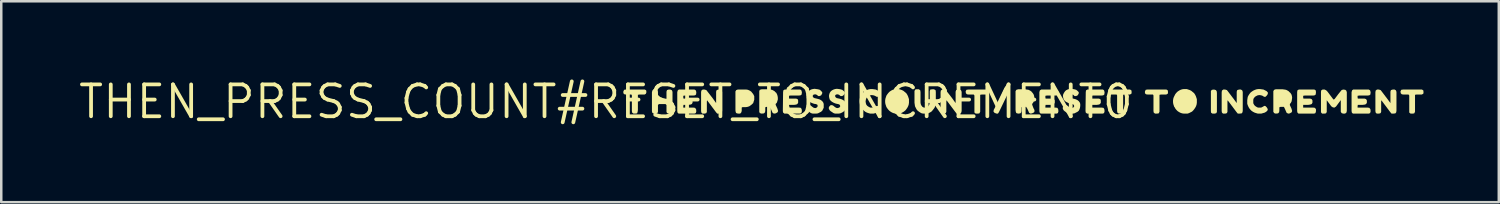
<source format=kicad_pcb>
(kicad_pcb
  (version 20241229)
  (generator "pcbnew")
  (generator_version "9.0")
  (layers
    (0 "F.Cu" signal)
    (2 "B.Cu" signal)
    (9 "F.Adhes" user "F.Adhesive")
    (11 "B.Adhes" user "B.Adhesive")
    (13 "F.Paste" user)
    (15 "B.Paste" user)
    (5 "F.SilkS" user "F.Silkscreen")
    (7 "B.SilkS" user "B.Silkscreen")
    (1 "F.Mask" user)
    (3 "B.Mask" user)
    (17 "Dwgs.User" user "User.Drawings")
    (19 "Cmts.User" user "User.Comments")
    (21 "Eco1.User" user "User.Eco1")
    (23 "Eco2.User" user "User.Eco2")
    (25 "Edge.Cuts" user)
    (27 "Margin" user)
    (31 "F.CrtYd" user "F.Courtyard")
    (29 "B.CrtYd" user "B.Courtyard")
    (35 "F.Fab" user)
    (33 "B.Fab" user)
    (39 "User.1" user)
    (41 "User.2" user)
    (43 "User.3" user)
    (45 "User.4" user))
  (footprint "THEN_PRESS_COUNT#RESET_TO_INCREMENT0"
    (layer "F.Cu")
    (at 21.113 1.006)
    (property "Reference" "THEN_PRESS_COUNT#RESET_TO_INCREMENT0" (at 0 0 0) (layer "F.SilkS") (effects (font (size 1.27 1.27) (thickness 0.15))))
    (fp_poly (pts (xy 24.323 -0.464) (xy 24.355 -0.422) (xy 24.365 -0.35) (xy 24.365 0.401) (xy 24.344 0.454) (xy 24.281 0.475) (xy 24.189 0.475) (xy 24.135 0.443) (xy 24.125 0.38) (xy 24.125 -0.432) (xy 24.168 -0.475) (xy 24.25 -0.485)) (stroke (width 0) (type solid)) (fill yes) (layer "F.SilkS"))
    (fp_poly (pts (xy 16.032 -0.605) (xy 16.094 -0.563) (xy 16.105 -0.51) (xy 16.085 -0.438) (xy 15.674 0.412) (xy 15.633 0.475) (xy 15.579 0.475) (xy 15.497 0.444) (xy 15.455 0.391) (xy 15.465 0.328) (xy 15.496 0.268) (xy 15.876 -0.522) (xy 15.916 -0.594) (xy 15.969 -0.625)) (stroke (width 0) (type solid)) (fill yes) (layer "F.SilkS"))
    (fp_poly (pts (xy 15.255 -0.453) (xy 15.265 -0.38) (xy 15.255 -0.317) (xy 15.191 -0.285) (xy 14.98 -0.285) (xy 14.925 -0.276) (xy 14.925 0.401) (xy 14.893 0.465) (xy 14.83 0.475) (xy 14.748 0.475) (xy 14.695 0.432) (xy 14.695 -0.248) (xy 14.668 -0.285) (xy 14.47 -0.285) (xy 14.398 -0.295) (xy 14.355 -0.338) (xy 14.345 -0.411) (xy 14.377 -0.475) (xy 14.45 -0.485) (xy 15.201 -0.485)) (stroke (width 0) (type solid)) (fill yes) (layer "F.SilkS"))
    (fp_poly (pts (xy 32.595 -0.453) (xy 32.605 -0.38) (xy 32.595 -0.317) (xy 32.531 -0.285) (xy 32.32 -0.285) (xy 32.265 -0.276) (xy 32.265 0.401) (xy 32.233 0.465) (xy 32.17 0.475) (xy 32.088 0.475) (xy 32.035 0.432) (xy 32.035 -0.248) (xy 32.008 -0.285) (xy 31.81 -0.285) (xy 31.738 -0.295) (xy 31.695 -0.338) (xy 31.685 -0.411) (xy 31.717 -0.475) (xy 31.79 -0.485) (xy 32.541 -0.485)) (stroke (width 0) (type solid)) (fill yes) (layer "F.SilkS"))
    (fp_poly (pts (xy 20.955 -0.453) (xy 20.965 -0.38) (xy 20.955 -0.317) (xy 20.891 -0.285) (xy 20.68 -0.285) (xy 20.625 -0.276) (xy 20.625 0.401) (xy 20.593 0.465) (xy 20.53 0.475) (xy 20.448 0.475) (xy 20.395 0.433) (xy 20.385 0.37) (xy 20.385 -0.249) (xy 20.367 -0.285) (xy 20.17 -0.285) (xy 20.098 -0.295) (xy 20.045 -0.338) (xy 20.045 -0.411) (xy 20.077 -0.475) (xy 20.14 -0.485) (xy 20.901 -0.485)) (stroke (width 0) (type solid)) (fill yes) (layer "F.SilkS"))
    (fp_poly (pts (xy 22.405 -0.453) (xy 22.415 -0.38) (xy 22.405 -0.317) (xy 22.341 -0.285) (xy 22.13 -0.285) (xy 22.075 -0.276) (xy 22.075 0.401) (xy 22.043 0.465) (xy 21.97 0.475) (xy 21.898 0.475) (xy 21.845 0.433) (xy 21.835 0.37) (xy 21.835 -0.249) (xy 21.817 -0.285) (xy 21.62 -0.285) (xy 21.538 -0.295) (xy 21.495 -0.338) (xy 21.495 -0.411) (xy 21.527 -0.475) (xy 21.59 -0.485) (xy 22.351 -0.485)) (stroke (width 0) (type solid)) (fill yes) (layer "F.SilkS"))
    (fp_poly (pts (xy 1.605 -0.453) (xy 1.615 -0.38) (xy 1.594 -0.317) (xy 1.541 -0.285) (xy 1.33 -0.285) (xy 1.275 -0.276) (xy 1.275 0.33) (xy 1.265 0.401) (xy 1.244 0.465) (xy 1.17 0.475) (xy 1.098 0.475) (xy 1.045 0.433) (xy 1.035 0.37) (xy 1.035 -0.249) (xy 1.017 -0.285) (xy 0.81 -0.285) (xy 0.738 -0.295) (xy 0.695 -0.338) (xy 0.695 -0.411) (xy 0.727 -0.475) (xy 0.79 -0.485) (xy 1.551 -0.485)) (stroke (width 0) (type solid)) (fill yes) (layer "F.SilkS"))
    (fp_poly (pts (xy 4.003 -0.464) (xy 4.044 -0.413) (xy 4.254 -0.143) (xy 4.395 0.054) (xy 4.395 -0.401) (xy 4.416 -0.464) (xy 4.489 -0.485) (xy 4.561 -0.485) (xy 4.614 -0.453) (xy 4.635 -0.391) (xy 4.635 0.36) (xy 4.625 0.422) (xy 4.593 0.465) (xy 4.51 0.475) (xy 4.438 0.475) (xy 4.386 0.413) (xy 4.033 -0.058) (xy 4.025 -0.01) (xy 4.025 0.401) (xy 4.004 0.454) (xy 3.941 0.475) (xy 3.848 0.475) (xy 3.805 0.432) (xy 3.795 0.37) (xy 3.795 -0.37) (xy 3.805 -0.443) (xy 3.858 -0.485) (xy 3.931 -0.485)) (stroke (width 0) (type solid)) (fill yes) (layer "F.SilkS"))
    (fp_poly (pts (xy 13.553 -0.464) (xy 13.594 -0.413) (xy 13.804 -0.143) (xy 13.945 0.054) (xy 13.945 -0.401) (xy 13.966 -0.464) (xy 14.039 -0.485) (xy 14.111 -0.485) (xy 14.164 -0.453) (xy 14.185 -0.391) (xy 14.185 0.36) (xy 14.175 0.422) (xy 14.143 0.465) (xy 14.06 0.475) (xy 13.988 0.475) (xy 13.936 0.413) (xy 13.583 -0.058) (xy 13.575 -0.01) (xy 13.575 0.401) (xy 13.554 0.454) (xy 13.491 0.475) (xy 13.398 0.475) (xy 13.355 0.432) (xy 13.345 0.37) (xy 13.345 -0.37) (xy 13.355 -0.443) (xy 13.408 -0.485) (xy 13.481 -0.485)) (stroke (width 0) (type solid)) (fill yes) (layer "F.SilkS"))
    (fp_poly (pts (xy 24.763 -0.464) (xy 24.804 -0.413) (xy 25.054 -0.083) (xy 25.155 0.055) (xy 25.155 -0.401) (xy 25.176 -0.464) (xy 25.249 -0.485) (xy 25.321 -0.485) (xy 25.374 -0.453) (xy 25.395 -0.391) (xy 25.395 0.36) (xy 25.385 0.422) (xy 25.353 0.465) (xy 25.27 0.475) (xy 25.198 0.475) (xy 25.146 0.413) (xy 24.793 -0.058) (xy 24.785 -0.01) (xy 24.785 0.401) (xy 24.764 0.454) (xy 24.701 0.475) (xy 24.608 0.475) (xy 24.565 0.432) (xy 24.555 0.37) (xy 24.555 -0.37) (xy 24.565 -0.443) (xy 24.618 -0.485) (xy 24.691 -0.485)) (stroke (width 0) (type solid)) (fill yes) (layer "F.SilkS"))
    (fp_poly (pts (xy 30.893 -0.464) (xy 30.934 -0.413) (xy 31.184 -0.083) (xy 31.285 0.055) (xy 31.285 -0.401) (xy 31.306 -0.464) (xy 31.379 -0.485) (xy 31.451 -0.485) (xy 31.504 -0.453) (xy 31.525 -0.391) (xy 31.525 0.36) (xy 31.515 0.422) (xy 31.483 0.465) (xy 31.4 0.475) (xy 31.328 0.475) (xy 31.276 0.413) (xy 30.923 -0.058) (xy 30.915 -0.01) (xy 30.915 0.401) (xy 30.894 0.454) (xy 30.831 0.475) (xy 30.738 0.475) (xy 30.695 0.432) (xy 30.685 0.37) (xy 30.685 -0.37) (xy 30.695 -0.443) (xy 30.748 -0.485) (xy 30.821 -0.485)) (stroke (width 0) (type solid)) (fill yes) (layer "F.SilkS"))
    (fp_poly (pts (xy 5.661 -0.475) (xy 5.732 -0.444) (xy 5.793 -0.404) (xy 5.834 -0.353) (xy 5.874 -0.303) (xy 5.915 -0.221) (xy 5.915 -0.079) (xy 5.895 -0.019) (xy 5.874 0.053) (xy 5.823 0.104) (xy 5.773 0.144) (xy 5.716 0.182) (xy 5.717 0.183) (xy 5.712 0.185) (xy 5.708 0.187) (xy 5.707 0.186) (xy 5.651 0.205) (xy 5.59 0.215) (xy 5.451 0.215) (xy 5.415 0.233) (xy 5.415 0.371) (xy 5.394 0.433) (xy 5.352 0.475) (xy 5.269 0.475) (xy 5.197 0.454) (xy 5.175 0.412) (xy 5.165 0.34) (xy 5.165 -0.411) (xy 5.197 -0.464) (xy 5.259 -0.485) (xy 5.6 -0.485)) (stroke (width 0) (type solid)) (fill yes) (layer "F.SilkS"))
    (fp_poly (pts (xy 28.305 -0.453) (xy 28.315 -0.38) (xy 28.305 -0.287) (xy 28.262 -0.255) (xy 28.2 -0.245) (xy 27.86 -0.245) (xy 27.805 -0.236) (xy 27.805 -0.17) (xy 27.814 -0.125) (xy 28.081 -0.125) (xy 28.143 -0.104) (xy 28.175 -0.051) (xy 28.175 0.041) (xy 28.143 0.094) (xy 28.081 0.115) (xy 28.01 0.125) (xy 27.805 0.125) (xy 27.805 0.235) (xy 28.21 0.235) (xy 28.273 0.245) (xy 28.315 0.298) (xy 28.315 0.381) (xy 28.294 0.454) (xy 28.241 0.475) (xy 27.618 0.475) (xy 27.575 0.432) (xy 27.565 0.37) (xy 27.565 -0.38) (xy 27.575 -0.453) (xy 27.629 -0.485) (xy 28.251 -0.485)) (stroke (width 0) (type solid)) (fill yes) (layer "F.SilkS"))
    (fp_poly (pts (xy 2.054 -0.464) (xy 2.075 -0.401) (xy 2.075 -0.132) (xy 2.112 -0.095) (xy 2.378 -0.095) (xy 2.415 -0.122) (xy 2.415 -0.401) (xy 2.436 -0.464) (xy 2.499 -0.485) (xy 2.571 -0.485) (xy 2.634 -0.454) (xy 2.655 -0.391) (xy 2.655 0.371) (xy 2.634 0.432) (xy 2.603 0.475) (xy 2.509 0.475) (xy 2.436 0.454) (xy 2.415 0.401) (xy 2.415 0.132) (xy 2.378 0.095) (xy 2.112 0.095) (xy 2.075 0.132) (xy 2.075 0.401) (xy 2.054 0.454) (xy 1.981 0.475) (xy 1.898 0.475) (xy 1.845 0.433) (xy 1.835 0.37) (xy 1.835 -0.381) (xy 1.856 -0.453) (xy 1.898 -0.485) (xy 1.991 -0.485)) (stroke (width 0) (type solid)) (fill yes) (layer "F.SilkS"))
    (fp_poly (pts (xy 3.584 -0.453) (xy 3.605 -0.38) (xy 3.595 -0.287) (xy 3.552 -0.255) (xy 3.48 -0.245) (xy 3.14 -0.245) (xy 3.085 -0.236) (xy 3.085 -0.17) (xy 3.094 -0.125) (xy 3.361 -0.125) (xy 3.423 -0.104) (xy 3.455 -0.051) (xy 3.455 0.041) (xy 3.423 0.094) (xy 3.371 0.115) (xy 3.29 0.125) (xy 3.094 0.125) (xy 3.085 0.18) (xy 3.085 0.235) (xy 3.49 0.235) (xy 3.553 0.245) (xy 3.595 0.298) (xy 3.605 0.38) (xy 3.584 0.454) (xy 3.531 0.475) (xy 2.898 0.475) (xy 2.855 0.432) (xy 2.845 0.37) (xy 2.845 -0.381) (xy 2.866 -0.453) (xy 2.908 -0.485) (xy 3.531 -0.485)) (stroke (width 0) (type solid)) (fill yes) (layer "F.SilkS"))
    (fp_poly (pts (xy 7.794 -0.453) (xy 7.815 -0.38) (xy 7.805 -0.287) (xy 7.762 -0.255) (xy 7.69 -0.245) (xy 7.35 -0.245) (xy 7.295 -0.236) (xy 7.295 -0.17) (xy 7.304 -0.125) (xy 7.581 -0.125) (xy 7.644 -0.104) (xy 7.665 -0.051) (xy 7.665 0.041) (xy 7.633 0.094) (xy 7.581 0.115) (xy 7.51 0.125) (xy 7.304 0.125) (xy 7.295 0.18) (xy 7.295 0.235) (xy 7.7 0.235) (xy 7.773 0.245) (xy 7.805 0.298) (xy 7.815 0.38) (xy 7.794 0.454) (xy 7.741 0.475) (xy 7.118 0.475) (xy 7.065 0.433) (xy 7.055 0.37) (xy 7.065 -0.38) (xy 7.075 -0.453) (xy 7.129 -0.485) (xy 7.752 -0.485)) (stroke (width 0) (type solid)) (fill yes) (layer "F.SilkS"))
    (fp_poly (pts (xy 18.024 -0.453) (xy 18.045 -0.38) (xy 18.035 -0.287) (xy 17.992 -0.255) (xy 17.92 -0.245) (xy 17.58 -0.245) (xy 17.525 -0.236) (xy 17.525 -0.17) (xy 17.534 -0.125) (xy 17.811 -0.125) (xy 17.863 -0.104) (xy 17.895 -0.051) (xy 17.895 0.041) (xy 17.863 0.094) (xy 17.811 0.115) (xy 17.73 0.125) (xy 17.534 0.125) (xy 17.525 0.18) (xy 17.525 0.235) (xy 17.93 0.235) (xy 18.003 0.245) (xy 18.035 0.298) (xy 18.045 0.38) (xy 18.024 0.454) (xy 17.971 0.475) (xy 17.338 0.475) (xy 17.295 0.432) (xy 17.285 0.37) (xy 17.285 -0.381) (xy 17.306 -0.453) (xy 17.359 -0.485) (xy 17.971 -0.485)) (stroke (width 0) (type solid)) (fill yes) (layer "F.SilkS"))
    (fp_poly (pts (xy 19.864 -0.453) (xy 19.885 -0.38) (xy 19.875 -0.287) (xy 19.832 -0.255) (xy 19.76 -0.245) (xy 19.42 -0.245) (xy 19.365 -0.236) (xy 19.365 -0.17) (xy 19.374 -0.125) (xy 19.651 -0.125) (xy 19.714 -0.104) (xy 19.735 -0.051) (xy 19.735 0.041) (xy 19.703 0.094) (xy 19.651 0.115) (xy 19.58 0.125) (xy 19.374 0.125) (xy 19.365 0.18) (xy 19.365 0.235) (xy 19.77 0.235) (xy 19.843 0.245) (xy 19.875 0.298) (xy 19.885 0.38) (xy 19.864 0.454) (xy 19.811 0.475) (xy 19.188 0.475) (xy 19.135 0.433) (xy 19.125 0.37) (xy 19.135 -0.38) (xy 19.145 -0.453) (xy 19.199 -0.485) (xy 19.822 -0.485)) (stroke (width 0) (type solid)) (fill yes) (layer "F.SilkS"))
    (fp_poly (pts (xy 30.474 -0.453) (xy 30.495 -0.38) (xy 30.485 -0.287) (xy 30.442 -0.255) (xy 30.37 -0.245) (xy 30.03 -0.245) (xy 29.975 -0.236) (xy 29.975 -0.17) (xy 29.984 -0.125) (xy 30.251 -0.125) (xy 30.313 -0.104) (xy 30.345 -0.051) (xy 30.345 0.041) (xy 30.313 0.094) (xy 30.261 0.115) (xy 30.18 0.125) (xy 29.984 0.125) (xy 29.975 0.18) (xy 29.975 0.235) (xy 30.38 0.235) (xy 30.443 0.245) (xy 30.485 0.298) (xy 30.495 0.38) (xy 30.474 0.454) (xy 30.421 0.475) (xy 29.788 0.475) (xy 29.745 0.432) (xy 29.735 0.37) (xy 29.735 -0.381) (xy 29.756 -0.453) (xy 29.798 -0.485) (xy 30.421 -0.485)) (stroke (width 0) (type solid)) (fill yes) (layer "F.SilkS"))
    (fp_poly (pts (xy 29.482 -0.475) (xy 29.524 -0.443) (xy 29.545 -0.381) (xy 29.545 0.371) (xy 29.524 0.443) (xy 29.471 0.475) (xy 29.399 0.475) (xy 29.337 0.454) (xy 29.305 0.401) (xy 29.305 -0.065) (xy 29.144 0.153) (xy 29.113 0.194) (xy 29.051 0.235) (xy 28.988 0.225) (xy 28.927 0.184) (xy 28.746 -0.057) (xy 28.745 -0.058) (xy 28.745 0.411) (xy 28.713 0.465) (xy 28.64 0.475) (xy 28.558 0.475) (xy 28.515 0.422) (xy 28.515 -0.39) (xy 28.525 -0.453) (xy 28.579 -0.485) (xy 28.661 -0.485) (xy 28.723 -0.454) (xy 28.774 -0.403) (xy 29.012 -0.086) (xy 29.057 -0.104) (xy 29.206 -0.303) (xy 29.337 -0.464) (xy 29.399 -0.485)) (stroke (width 0) (type solid)) (fill yes) (layer "F.SilkS"))
    (fp_poly (pts (xy 6.561 -0.485) (xy 6.622 -0.475) (xy 6.683 -0.444) (xy 6.748 -0.401) (xy 6.742 -0.395) (xy 6.794 -0.353) (xy 6.825 -0.292) (xy 6.845 -0.231) (xy 6.855 -0.16) (xy 6.855 -0.089) (xy 6.835 -0.019) (xy 6.814 0.043) (xy 6.765 0.092) (xy 6.775 0.138) (xy 6.835 0.268) (xy 6.845 0.299) (xy 6.865 0.37) (xy 6.844 0.423) (xy 6.772 0.465) (xy 6.699 0.475) (xy 6.646 0.443) (xy 6.576 0.282) (xy 6.527 0.205) (xy 6.401 0.205) (xy 6.355 0.223) (xy 6.355 0.36) (xy 6.345 0.422) (xy 6.302 0.465) (xy 6.21 0.475) (xy 6.136 0.454) (xy 6.115 0.401) (xy 6.115 -0.421) (xy 6.136 -0.474) (xy 6.209 -0.495) (xy 6.49 -0.495)) (stroke (width 0) (type solid)) (fill yes) (layer "F.SilkS"))
    (fp_poly (pts (xy 27.061 -0.485) (xy 27.122 -0.475) (xy 27.183 -0.444) (xy 27.248 -0.401) (xy 27.242 -0.395) (xy 27.294 -0.353) (xy 27.335 -0.292) (xy 27.355 -0.231) (xy 27.365 -0.16) (xy 27.355 -0.089) (xy 27.345 -0.018) (xy 27.314 0.043) (xy 27.275 0.092) (xy 27.275 0.139) (xy 27.335 0.268) (xy 27.345 0.299) (xy 27.365 0.37) (xy 27.344 0.423) (xy 27.272 0.465) (xy 27.209 0.475) (xy 27.146 0.444) (xy 27.075 0.282) (xy 27.037 0.205) (xy 26.901 0.205) (xy 26.855 0.223) (xy 26.855 0.36) (xy 26.845 0.422) (xy 26.802 0.465) (xy 26.709 0.475) (xy 26.647 0.454) (xy 26.615 0.401) (xy 26.615 -0.421) (xy 26.647 -0.474) (xy 26.709 -0.495) (xy 26.99 -0.495)) (stroke (width 0) (type solid)) (fill yes) (layer "F.SilkS"))
    (fp_poly (pts (xy 16.781 -0.485) (xy 16.852 -0.475) (xy 16.913 -0.444) (xy 16.978 -0.401) (xy 16.972 -0.395) (xy 17.014 -0.353) (xy 17.055 -0.292) (xy 17.075 -0.231) (xy 17.085 -0.16) (xy 17.085 -0.089) (xy 17.065 -0.018) (xy 17.034 0.043) (xy 16.995 0.091) (xy 17.005 0.139) (xy 17.054 0.268) (xy 17.075 0.298) (xy 17.095 0.37) (xy 17.074 0.424) (xy 16.992 0.465) (xy 16.929 0.475) (xy 16.876 0.443) (xy 16.806 0.282) (xy 16.757 0.205) (xy 16.621 0.205) (xy 16.575 0.223) (xy 16.575 0.36) (xy 16.565 0.422) (xy 16.522 0.465) (xy 16.44 0.475) (xy 16.366 0.454) (xy 16.345 0.401) (xy 16.335 0.33) (xy 16.335 -0.421) (xy 16.367 -0.474) (xy 16.439 -0.495) (xy 16.72 -0.495)) (stroke (width 0) (type solid)) (fill yes) (layer "F.SilkS"))
    (fp_poly (pts (xy 12.535 -0.453) (xy 12.545 -0.38) (xy 12.545 0.03) (xy 12.555 0.098) (xy 12.584 0.157) (xy 12.623 0.206) (xy 12.681 0.235) (xy 12.749 0.235) (xy 12.808 0.216) (xy 12.856 0.177) (xy 12.895 0.118) (xy 12.905 0.059) (xy 12.915 -0.01) (xy 12.915 -0.421) (xy 12.936 -0.485) (xy 13.01 -0.495) (xy 13.081 -0.495) (xy 13.145 -0.463) (xy 13.155 -0.39) (xy 13.155 0.02) (xy 13.145 0.091) (xy 13.135 0.151) (xy 13.115 0.222) (xy 13.074 0.283) (xy 13.034 0.333) (xy 12.993 0.384) (xy 12.933 0.424) (xy 12.872 0.455) (xy 12.811 0.475) (xy 12.67 0.475) (xy 12.598 0.465) (xy 12.537 0.434) (xy 12.477 0.394) (xy 12.426 0.354) (xy 12.386 0.303) (xy 12.325 0.182) (xy 12.315 0.111) (xy 12.305 0.04) (xy 12.305 -0.432) (xy 12.347 -0.495) (xy 12.482 -0.495)) (stroke (width 0) (type solid)) (fill yes) (layer "F.SilkS"))
    (fp_poly (pts (xy 23.222 -0.485) (xy 23.282 -0.465) (xy 23.343 -0.434) (xy 23.403 -0.384) (xy 23.454 -0.343) (xy 23.494 -0.283) (xy 23.525 -0.222) (xy 23.545 -0.162) (xy 23.565 -0.101) (xy 23.565 0.04) (xy 23.555 0.111) (xy 23.535 0.172) (xy 23.504 0.233) (xy 23.464 0.293) (xy 23.424 0.343) (xy 23.373 0.394) (xy 23.252 0.455) (xy 23.191 0.475) (xy 23.05 0.475) (xy 22.979 0.465) (xy 22.918 0.445) (xy 22.857 0.414) (xy 22.797 0.374) (xy 22.746 0.323) (xy 22.706 0.273) (xy 22.676 0.212) (xy 22.667 0.218) (xy 22.645 0.152) (xy 22.625 0.091) (xy 22.615 0.02) (xy 22.615 -0.05) (xy 22.625 -0.121) (xy 22.645 -0.182) (xy 22.706 -0.303) (xy 22.746 -0.353) (xy 22.797 -0.404) (xy 22.857 -0.444) (xy 22.918 -0.475) (xy 22.979 -0.495) (xy 23.05 -0.505) (xy 23.161 -0.505)) (stroke (width 0) (type solid)) (fill yes) (layer "F.SilkS"))
    (fp_poly (pts (xy 11.742 -0.485) (xy 11.802 -0.465) (xy 11.863 -0.434) (xy 11.923 -0.384) (xy 11.974 -0.343) (xy 12.014 -0.283) (xy 12.045 -0.222) (xy 12.065 -0.162) (xy 12.085 -0.101) (xy 12.085 0.04) (xy 12.075 0.111) (xy 12.055 0.172) (xy 12.024 0.233) (xy 11.984 0.293) (xy 11.944 0.344) (xy 11.883 0.394) (xy 11.832 0.424) (xy 11.772 0.455) (xy 11.701 0.475) (xy 11.57 0.475) (xy 11.499 0.465) (xy 11.438 0.445) (xy 11.377 0.414) (xy 11.317 0.374) (xy 11.266 0.323) (xy 11.226 0.273) (xy 11.189 0.217) (xy 11.187 0.218) (xy 11.185 0.212) (xy 11.183 0.208) (xy 11.184 0.208) (xy 11.165 0.152) (xy 11.145 0.091) (xy 11.135 0.02) (xy 11.135 -0.05) (xy 11.145 -0.121) (xy 11.165 -0.182) (xy 11.185 -0.242) (xy 11.226 -0.303) (xy 11.266 -0.353) (xy 11.317 -0.404) (xy 11.377 -0.444) (xy 11.438 -0.475) (xy 11.499 -0.495) (xy 11.57 -0.505) (xy 11.681 -0.505)) (stroke (width 0) (type solid)) (fill yes) (layer "F.SilkS"))
    (fp_poly (pts (xy 10.691 -0.495) (xy 10.762 -0.485) (xy 10.883 -0.424) (xy 10.935 -0.372) (xy 10.945 -0.309) (xy 10.894 -0.247) (xy 10.842 -0.195) (xy 10.799 -0.195) (xy 10.728 -0.235) (xy 10.669 -0.255) (xy 10.6 -0.265) (xy 10.542 -0.255) (xy 10.423 -0.196) (xy 10.385 -0.138) (xy 10.365 -0.079) (xy 10.355 -0.01) (xy 10.365 0.059) (xy 10.384 0.118) (xy 10.423 0.166) (xy 10.483 0.206) (xy 10.541 0.235) (xy 10.669 0.235) (xy 10.738 0.206) (xy 10.799 0.165) (xy 10.852 0.175) (xy 10.904 0.227) (xy 10.935 0.3) (xy 10.914 0.363) (xy 10.863 0.404) (xy 10.812 0.435) (xy 10.741 0.455) (xy 10.671 0.475) (xy 10.539 0.475) (xy 10.469 0.455) (xy 10.408 0.435) (xy 10.347 0.404) (xy 10.297 0.364) (xy 10.246 0.313) (xy 10.206 0.263) (xy 10.166 0.213) (xy 10.135 0.141) (xy 10.125 0.081) (xy 10.115 0.01) (xy 10.115 -0.06) (xy 10.125 -0.131) (xy 10.145 -0.192) (xy 10.206 -0.313) (xy 10.257 -0.364) (xy 10.307 -0.404) (xy 10.367 -0.444) (xy 10.428 -0.475) (xy 10.489 -0.495) (xy 10.56 -0.505) (xy 10.62 -0.505)) (stroke (width 0) (type solid)) (fill yes) (layer "F.SilkS"))
    (fp_poly (pts (xy 26.151 -0.495) (xy 26.222 -0.485) (xy 26.343 -0.424) (xy 26.395 -0.372) (xy 26.395 -0.308) (xy 26.354 -0.247) (xy 26.302 -0.195) (xy 26.248 -0.195) (xy 26.188 -0.235) (xy 26.129 -0.255) (xy 26.06 -0.265) (xy 25.992 -0.255) (xy 25.932 -0.226) (xy 25.883 -0.196) (xy 25.834 -0.138) (xy 25.815 -0.079) (xy 25.815 0.059) (xy 25.844 0.117) (xy 25.883 0.166) (xy 25.943 0.206) (xy 26.001 0.235) (xy 26.129 0.235) (xy 26.188 0.206) (xy 26.259 0.165) (xy 26.303 0.175) (xy 26.354 0.227) (xy 26.395 0.299) (xy 26.374 0.363) (xy 26.323 0.404) (xy 26.272 0.435) (xy 26.201 0.455) (xy 26.131 0.475) (xy 25.999 0.475) (xy 25.929 0.455) (xy 25.868 0.435) (xy 25.807 0.404) (xy 25.747 0.364) (xy 25.696 0.313) (xy 25.656 0.263) (xy 25.626 0.212) (xy 25.595 0.142) (xy 25.575 0.081) (xy 25.575 -0.06) (xy 25.585 -0.131) (xy 25.595 -0.192) (xy 25.626 -0.253) (xy 25.666 -0.313) (xy 25.706 -0.364) (xy 25.757 -0.404) (xy 25.818 -0.444) (xy 25.888 -0.475) (xy 25.949 -0.495) (xy 26.02 -0.505) (xy 26.08 -0.505)) (stroke (width 0) (type solid)) (fill yes) (layer "F.SilkS"))
    (fp_poly (pts (xy 8.391 -0.505) (xy 8.461 -0.495) (xy 8.533 -0.474) (xy 8.574 -0.434) (xy 8.625 -0.382) (xy 8.625 -0.329) (xy 8.584 -0.256) (xy 8.521 -0.225) (xy 8.468 -0.225) (xy 8.408 -0.276) (xy 8.35 -0.295) (xy 8.283 -0.285) (xy 8.245 -0.239) (xy 8.255 -0.183) (xy 8.312 -0.145) (xy 8.441 -0.115) (xy 8.512 -0.095) (xy 8.573 -0.064) (xy 8.624 -0.024) (xy 8.664 0.028) (xy 8.685 0.089) (xy 8.685 0.241) (xy 8.624 0.363) (xy 8.573 0.404) (xy 8.452 0.465) (xy 8.38 0.475) (xy 8.249 0.475) (xy 8.178 0.455) (xy 8.117 0.414) (xy 8.067 0.374) (xy 8.026 0.333) (xy 7.984 0.26) (xy 8.006 0.207) (xy 8.057 0.145) (xy 8.121 0.135) (xy 8.173 0.156) (xy 8.233 0.206) (xy 8.292 0.245) (xy 8.359 0.255) (xy 8.416 0.226) (xy 8.445 0.179) (xy 8.435 0.123) (xy 8.378 0.095) (xy 8.309 0.085) (xy 8.248 0.065) (xy 8.178 0.035) (xy 8.117 0.004) (xy 8.066 -0.036) (xy 8.025 -0.088) (xy 8.005 -0.159) (xy 8.005 -0.291) (xy 8.036 -0.353) (xy 8.076 -0.413) (xy 8.127 -0.454) (xy 8.178 -0.485) (xy 8.249 -0.505) (xy 8.32 -0.515)) (stroke (width 0) (type solid)) (fill yes) (layer "F.SilkS"))
    (fp_poly (pts (xy 18.621 -0.505) (xy 18.681 -0.495) (xy 18.752 -0.475) (xy 18.803 -0.434) (xy 18.855 -0.382) (xy 18.855 -0.329) (xy 18.814 -0.256) (xy 18.751 -0.225) (xy 18.688 -0.225) (xy 18.637 -0.276) (xy 18.57 -0.295) (xy 18.513 -0.285) (xy 18.475 -0.239) (xy 18.485 -0.183) (xy 18.542 -0.145) (xy 18.671 -0.115) (xy 18.742 -0.095) (xy 18.803 -0.064) (xy 18.854 -0.024) (xy 18.894 0.028) (xy 18.915 0.089) (xy 18.915 0.17) (xy 18.905 0.241) (xy 18.885 0.302) (xy 18.854 0.363) (xy 18.803 0.404) (xy 18.682 0.465) (xy 18.61 0.475) (xy 18.479 0.475) (xy 18.408 0.455) (xy 18.347 0.414) (xy 18.287 0.374) (xy 18.246 0.333) (xy 18.215 0.261) (xy 18.225 0.208) (xy 18.288 0.145) (xy 18.351 0.135) (xy 18.403 0.156) (xy 18.463 0.206) (xy 18.522 0.245) (xy 18.589 0.255) (xy 18.646 0.226) (xy 18.675 0.179) (xy 18.656 0.123) (xy 18.608 0.095) (xy 18.539 0.085) (xy 18.468 0.065) (xy 18.347 0.004) (xy 18.296 -0.036) (xy 18.255 -0.088) (xy 18.235 -0.159) (xy 18.225 -0.23) (xy 18.235 -0.292) (xy 18.266 -0.353) (xy 18.306 -0.413) (xy 18.347 -0.454) (xy 18.408 -0.485) (xy 18.469 -0.505) (xy 18.55 -0.515)) (stroke (width 0) (type solid)) (fill yes) (layer "F.SilkS"))
    (fp_poly (pts (xy 9.291 -0.505) (xy 9.351 -0.495) (xy 9.422 -0.475) (xy 9.473 -0.434) (xy 9.525 -0.382) (xy 9.525 -0.328) (xy 9.473 -0.256) (xy 9.421 -0.225) (xy 9.358 -0.225) (xy 9.298 -0.276) (xy 9.24 -0.295) (xy 9.173 -0.285) (xy 9.136 -0.239) (xy 9.154 -0.183) (xy 9.202 -0.145) (xy 9.341 -0.115) (xy 9.402 -0.095) (xy 9.463 -0.064) (xy 9.514 -0.024) (xy 9.554 0.028) (xy 9.575 0.089) (xy 9.585 0.17) (xy 9.575 0.241) (xy 9.555 0.302) (xy 9.514 0.363) (xy 9.463 0.404) (xy 9.412 0.434) (xy 9.341 0.465) (xy 9.28 0.475) (xy 9.139 0.475) (xy 9.078 0.455) (xy 8.957 0.374) (xy 8.916 0.333) (xy 8.885 0.261) (xy 8.895 0.208) (xy 8.947 0.145) (xy 9.011 0.135) (xy 9.063 0.156) (xy 9.123 0.206) (xy 9.182 0.245) (xy 9.249 0.255) (xy 9.317 0.226) (xy 9.345 0.179) (xy 9.326 0.124) (xy 9.268 0.095) (xy 9.209 0.085) (xy 9.138 0.065) (xy 9.068 0.034) (xy 9.017 0.004) (xy 8.966 -0.036) (xy 8.925 -0.088) (xy 8.905 -0.159) (xy 8.895 -0.23) (xy 8.905 -0.291) (xy 8.925 -0.352) (xy 8.966 -0.413) (xy 9.017 -0.454) (xy 9.078 -0.485) (xy 9.139 -0.505) (xy 9.21 -0.515)) (stroke (width 0) (type solid)) (fill yes) (layer "F.SilkS")))
  (gr_rect
    (start -3 -3)
    (end 56.719 5.012)
    (stroke (width 0.1) (type default))
    (fill no)
    (layer "Edge.Cuts")))
</source>
